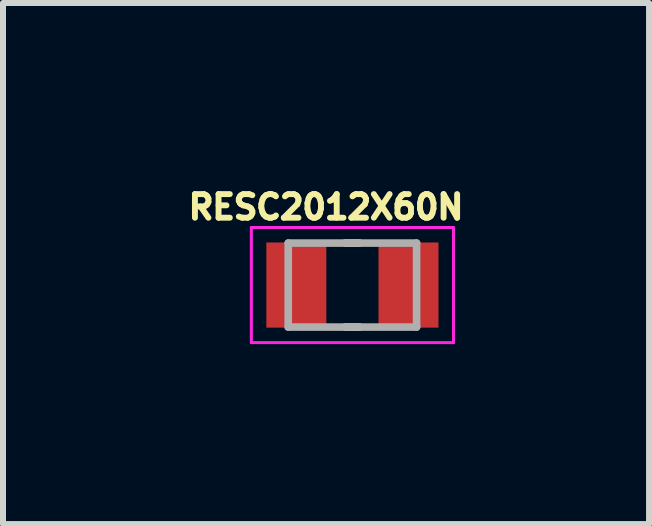
<source format=kicad_pcb>
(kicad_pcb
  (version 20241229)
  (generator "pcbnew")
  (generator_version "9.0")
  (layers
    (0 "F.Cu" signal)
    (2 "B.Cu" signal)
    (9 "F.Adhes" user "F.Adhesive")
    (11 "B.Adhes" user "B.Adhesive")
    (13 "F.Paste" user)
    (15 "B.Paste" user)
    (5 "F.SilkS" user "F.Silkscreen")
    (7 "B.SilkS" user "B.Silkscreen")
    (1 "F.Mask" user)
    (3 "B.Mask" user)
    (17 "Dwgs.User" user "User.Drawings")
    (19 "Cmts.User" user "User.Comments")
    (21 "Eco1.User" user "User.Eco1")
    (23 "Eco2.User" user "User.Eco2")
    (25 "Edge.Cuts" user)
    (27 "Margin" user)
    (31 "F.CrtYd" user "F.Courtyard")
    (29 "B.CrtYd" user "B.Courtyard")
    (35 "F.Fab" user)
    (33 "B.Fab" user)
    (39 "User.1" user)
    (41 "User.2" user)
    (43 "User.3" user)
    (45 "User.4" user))
  (footprint "RESC2012X60N"
    (layer "F.Cu")
    (at 2.826 1.703)
    (property "Reference" "RESC2012X60N" (at -0.44 -1.3 0) (layer "F.SilkS") (effects (font (size 0.394 0.394) (thickness 0.15))))
    (attr smd)
    (fp_line (start -0.12 -0.7) (end 0.12 -0.7) (stroke (width 0.127) (type solid)) (layer "F.SilkS"))
    (fp_line (start -0.12 0.7) (end 0.12 0.7) (stroke (width 0.127) (type solid)) (layer "F.SilkS"))
    (fp_line (start -1.685 -0.96) (end 1.685 -0.96) (stroke (width 0.05) (type solid)) (layer "F.CrtYd"))
    (fp_line (start -1.685 0.96) (end -1.685 -0.96) (stroke (width 0.05) (type solid)) (layer "F.CrtYd"))
    (fp_line (start -1.685 0.96) (end 1.685 0.96) (stroke (width 0.05) (type solid)) (layer "F.CrtYd"))
    (fp_line (start 1.685 0.96) (end 1.685 -0.96) (stroke (width 0.05) (type solid)) (layer "F.CrtYd"))
    (fp_line (start -1.07 0.7) (end -1.07 -0.7) (stroke (width 0.127) (type solid)) (layer "F.Fab"))
    (fp_line (start 1.07 -0.7) (end -1.07 -0.7) (stroke (width 0.127) (type solid)) (layer "F.Fab"))
    (fp_line (start 1.07 0.7) (end -1.07 0.7) (stroke (width 0.127) (type solid)) (layer "F.Fab"))
    (fp_line (start 1.07 0.7) (end 1.07 -0.7) (stroke (width 0.127) (type solid)) (layer "F.Fab"))
    (pad "1" smd rect (at -0.935 0) (size 1 1.42) (layers "F.Cu" "F.Mask" "F.Paste"))
    (pad "2" smd rect (at 0.935 0) (size 1 1.42) (layers "F.Cu" "F.Mask" "F.Paste")))
  (gr_rect
    (start -3 -3)
    (end 7.772 5.688)
    (stroke (width 0.1) (type default))
    (fill no)
    (layer "Edge.Cuts")))
</source>
